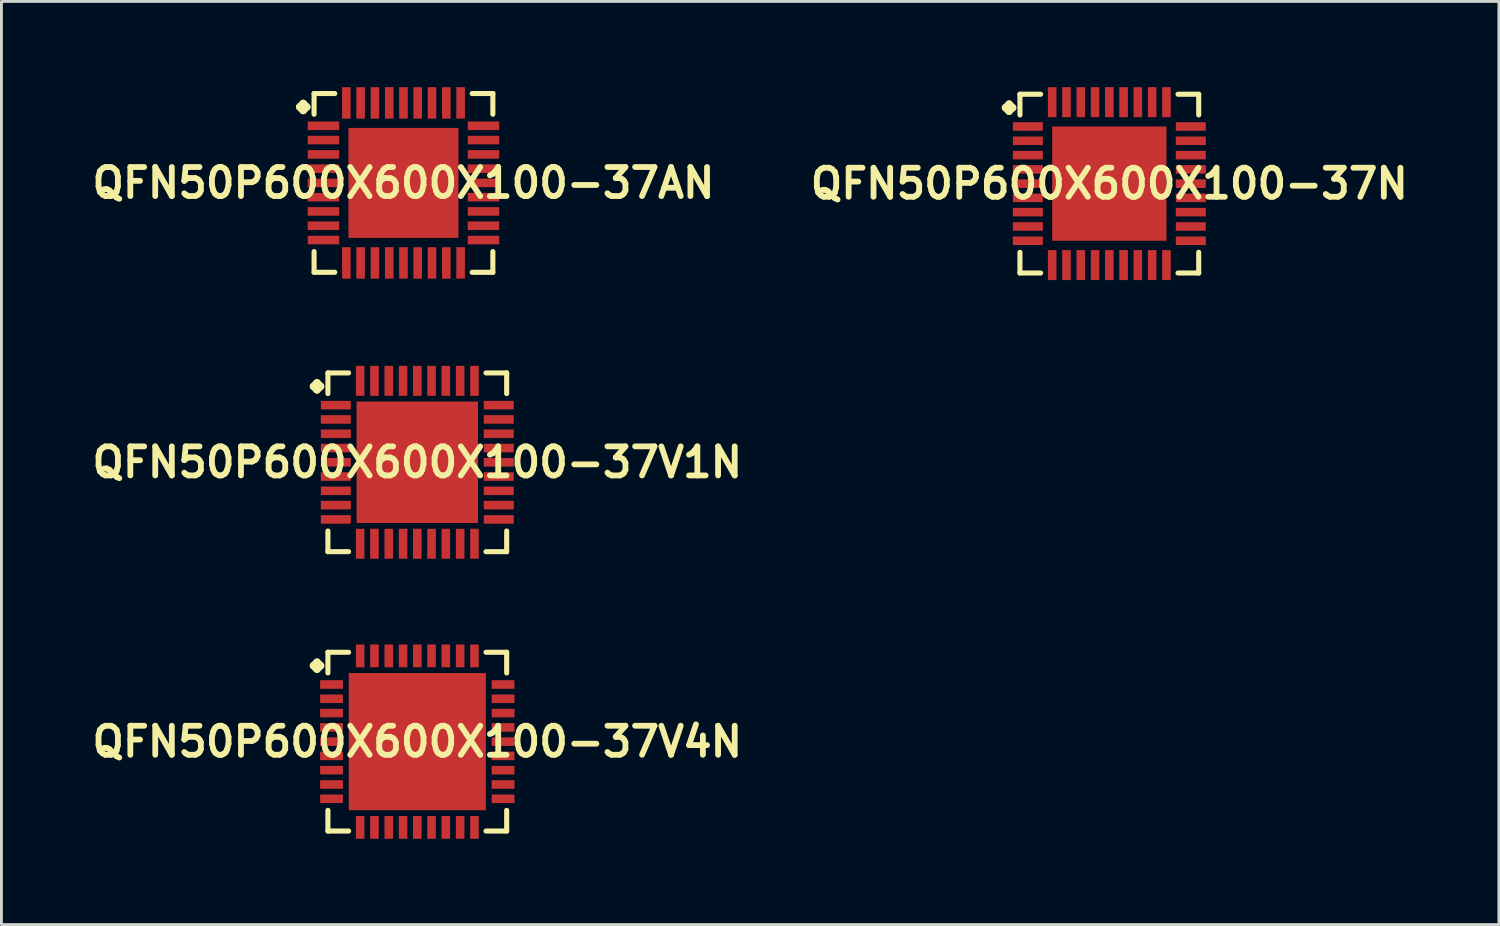
<source format=kicad_pcb>
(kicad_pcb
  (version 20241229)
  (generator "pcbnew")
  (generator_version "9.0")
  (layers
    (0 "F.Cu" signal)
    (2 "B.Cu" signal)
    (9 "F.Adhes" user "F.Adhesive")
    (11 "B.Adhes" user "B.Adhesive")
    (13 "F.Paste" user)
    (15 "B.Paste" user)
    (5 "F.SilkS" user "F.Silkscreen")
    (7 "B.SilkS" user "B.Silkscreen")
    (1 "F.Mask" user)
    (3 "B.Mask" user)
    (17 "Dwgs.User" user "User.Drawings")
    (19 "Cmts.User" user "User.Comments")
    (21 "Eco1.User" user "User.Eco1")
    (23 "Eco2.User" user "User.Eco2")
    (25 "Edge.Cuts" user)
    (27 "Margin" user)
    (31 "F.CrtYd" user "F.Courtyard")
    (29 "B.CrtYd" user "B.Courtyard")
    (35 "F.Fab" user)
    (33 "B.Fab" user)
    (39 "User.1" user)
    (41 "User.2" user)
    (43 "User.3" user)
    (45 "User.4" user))
  (footprint "QFN50P600X600X100-37V1N"
    (layer "F.Cu")
    (at 11.549 13.123)
    (property "Reference" "QFN50P600X600X100-37V1N" (at 0 0 0) (layer "F.SilkS") (effects (font (size 1.016 1.016) (thickness 0.203))))
    (attr smd)
    (fp_line (start -3.635 -2.657) (end -3.508 -2.784) (stroke (width 0.254) (type solid)) (layer "F.SilkS"))
    (fp_line (start -3.508 -2.784) (end -3.381 -2.657) (stroke (width 0.254) (type solid)) (layer "F.SilkS"))
    (fp_line (start -3.508 -2.53) (end -3.635 -2.657) (stroke (width 0.254) (type solid)) (layer "F.SilkS"))
    (fp_line (start -3.381 -2.657) (end -3.508 -2.53) (stroke (width 0.254) (type solid)) (layer "F.SilkS"))
    (fp_line (start -3.127 -3.127) (end -2.403 -3.127) (stroke (width 0.178) (type solid)) (layer "F.SilkS"))
    (fp_line (start -3.127 -2.403) (end -3.127 -3.127) (stroke (width 0.178) (type solid)) (layer "F.SilkS"))
    (fp_line (start -3.127 2.403) (end -3.127 3.127) (stroke (width 0.178) (type solid)) (layer "F.SilkS"))
    (fp_line (start -3.127 3.127) (end -2.403 3.127) (stroke (width 0.178) (type solid)) (layer "F.SilkS"))
    (fp_line (start 2.403 -3.127) (end 3.127 -3.127) (stroke (width 0.178) (type solid)) (layer "F.SilkS"))
    (fp_line (start 2.403 3.127) (end 3.127 3.127) (stroke (width 0.178) (type solid)) (layer "F.SilkS"))
    (fp_line (start 3.127 -3.127) (end 3.127 -2.403) (stroke (width 0.178) (type solid)) (layer "F.SilkS"))
    (fp_line (start 3.127 3.127) (end 3.127 2.403) (stroke (width 0.178) (type solid)) (layer "F.SilkS"))
    (pad "1" smd rect (at -2.85 -1.999) (size 1.049 0.3) (layers "F.Cu" "F.Mask" "F.Paste"))
    (pad "2" smd rect (at -2.85 -1.499) (size 1.049 0.3) (layers "F.Cu" "F.Mask" "F.Paste"))
    (pad "3" smd rect (at -2.85 -0.998) (size 1.049 0.3) (layers "F.Cu" "F.Mask" "F.Paste"))
    (pad "4" smd rect (at -2.85 -0.498) (size 1.049 0.3) (layers "F.Cu" "F.Mask" "F.Paste"))
    (pad "5" smd rect (at -2.85 0) (size 1.049 0.3) (layers "F.Cu" "F.Mask" "F.Paste"))
    (pad "6" smd rect (at -2.85 0.498) (size 1.049 0.3) (layers "F.Cu" "F.Mask" "F.Paste"))
    (pad "7" smd rect (at -2.85 0.998) (size 1.049 0.3) (layers "F.Cu" "F.Mask" "F.Paste"))
    (pad "8" smd rect (at -2.85 1.499) (size 1.049 0.3) (layers "F.Cu" "F.Mask" "F.Paste"))
    (pad "9" smd rect (at -2.85 1.999) (size 1.049 0.3) (layers "F.Cu" "F.Mask" "F.Paste"))
    (pad "10" smd rect (at -1.999 2.85) (size 0.3 1.049) (layers "F.Cu" "F.Mask" "F.Paste"))
    (pad "11" smd rect (at -1.499 2.85) (size 0.3 1.049) (layers "F.Cu" "F.Mask" "F.Paste"))
    (pad "12" smd rect (at -0.998 2.85) (size 0.3 1.049) (layers "F.Cu" "F.Mask" "F.Paste"))
    (pad "13" smd rect (at -0.498 2.85) (size 0.3 1.049) (layers "F.Cu" "F.Mask" "F.Paste"))
    (pad "14" smd rect (at 0 2.85) (size 0.3 1.049) (layers "F.Cu" "F.Mask" "F.Paste"))
    (pad "15" smd rect (at 0.498 2.85) (size 0.3 1.049) (layers "F.Cu" "F.Mask" "F.Paste"))
    (pad "16" smd rect (at 0.998 2.85) (size 0.3 1.049) (layers "F.Cu" "F.Mask" "F.Paste"))
    (pad "17" smd rect (at 1.499 2.85) (size 0.3 1.049) (layers "F.Cu" "F.Mask" "F.Paste"))
    (pad "18" smd rect (at 1.999 2.85) (size 0.3 1.049) (layers "F.Cu" "F.Mask" "F.Paste"))
    (pad "19" smd rect (at 2.85 1.999) (size 1.049 0.3) (layers "F.Cu" "F.Mask" "F.Paste"))
    (pad "20" smd rect (at 2.85 1.499) (size 1.049 0.3) (layers "F.Cu" "F.Mask" "F.Paste"))
    (pad "21" smd rect (at 2.85 0.998) (size 1.049 0.3) (layers "F.Cu" "F.Mask" "F.Paste"))
    (pad "22" smd rect (at 2.85 0.498) (size 1.049 0.3) (layers "F.Cu" "F.Mask" "F.Paste"))
    (pad "23" smd rect (at 2.85 0) (size 1.049 0.3) (layers "F.Cu" "F.Mask" "F.Paste"))
    (pad "24" smd rect (at 2.85 -0.498) (size 1.049 0.3) (layers "F.Cu" "F.Mask" "F.Paste"))
    (pad "25" smd rect (at 2.85 -0.998) (size 1.049 0.3) (layers "F.Cu" "F.Mask" "F.Paste"))
    (pad "26" smd rect (at 2.85 -1.499) (size 1.049 0.3) (layers "F.Cu" "F.Mask" "F.Paste"))
    (pad "27" smd rect (at 2.85 -1.999) (size 1.049 0.3) (layers "F.Cu" "F.Mask" "F.Paste"))
    (pad "28" smd rect (at 1.999 -2.85) (size 0.3 1.049) (layers "F.Cu" "F.Mask" "F.Paste"))
    (pad "29" smd rect (at 1.499 -2.85) (size 0.3 1.049) (layers "F.Cu" "F.Mask" "F.Paste"))
    (pad "30" smd rect (at 0.998 -2.85) (size 0.3 1.049) (layers "F.Cu" "F.Mask" "F.Paste"))
    (pad "31" smd rect (at 0.498 -2.85) (size 0.3 1.049) (layers "F.Cu" "F.Mask" "F.Paste"))
    (pad "32" smd rect (at 0 -2.85) (size 0.3 1.049) (layers "F.Cu" "F.Mask" "F.Paste"))
    (pad "33" smd rect (at -0.498 -2.85) (size 0.3 1.049) (layers "F.Cu" "F.Mask" "F.Paste"))
    (pad "34" smd rect (at -0.998 -2.85) (size 0.3 1.049) (layers "F.Cu" "F.Mask" "F.Paste"))
    (pad "35" smd rect (at -1.499 -2.85) (size 0.3 1.049) (layers "F.Cu" "F.Mask" "F.Paste"))
    (pad "36" smd rect (at -1.999 -2.85) (size 0.3 1.049) (layers "F.Cu" "F.Mask" "F.Paste"))
    (pad "37" smd rect (at 0 0) (size 4.249 4.249) (layers "F.Cu" "F.Mask" "F.Paste")))
  (footprint "QFN50P600X600X100-37AN"
    (layer "F.Cu")
    (at 11.065 3.349)
    (property "Reference" "QFN50P600X600X100-37AN" (at 0 0 0) (layer "F.SilkS") (effects (font (size 1.016 1.016) (thickness 0.203))))
    (attr smd)
    (fp_line (start -3.635 -2.657) (end -3.508 -2.784) (stroke (width 0.254) (type solid)) (layer "F.SilkS"))
    (fp_line (start -3.508 -2.784) (end -3.381 -2.657) (stroke (width 0.254) (type solid)) (layer "F.SilkS"))
    (fp_line (start -3.508 -2.53) (end -3.635 -2.657) (stroke (width 0.254) (type solid)) (layer "F.SilkS"))
    (fp_line (start -3.381 -2.657) (end -3.508 -2.53) (stroke (width 0.254) (type solid)) (layer "F.SilkS"))
    (fp_line (start -3.127 -3.127) (end -2.403 -3.127) (stroke (width 0.178) (type solid)) (layer "F.SilkS"))
    (fp_line (start -3.127 -2.403) (end -3.127 -3.127) (stroke (width 0.178) (type solid)) (layer "F.SilkS"))
    (fp_line (start -3.127 2.403) (end -3.127 3.127) (stroke (width 0.178) (type solid)) (layer "F.SilkS"))
    (fp_line (start -3.127 3.127) (end -2.403 3.127) (stroke (width 0.178) (type solid)) (layer "F.SilkS"))
    (fp_line (start 2.403 -3.127) (end 3.127 -3.127) (stroke (width 0.178) (type solid)) (layer "F.SilkS"))
    (fp_line (start 2.403 3.127) (end 3.127 3.127) (stroke (width 0.178) (type solid)) (layer "F.SilkS"))
    (fp_line (start 3.127 -3.127) (end 3.127 -2.403) (stroke (width 0.178) (type solid)) (layer "F.SilkS"))
    (fp_line (start 3.127 3.127) (end 3.127 2.403) (stroke (width 0.178) (type solid)) (layer "F.SilkS"))
    (pad "1" smd rect (at -2.799 -1.999) (size 1.1 0.3) (layers "F.Cu" "F.Mask" "F.Paste"))
    (pad "2" smd rect (at -2.799 -1.499) (size 1.1 0.3) (layers "F.Cu" "F.Mask" "F.Paste"))
    (pad "3" smd rect (at -2.799 -0.998) (size 1.1 0.3) (layers "F.Cu" "F.Mask" "F.Paste"))
    (pad "4" smd rect (at -2.799 -0.498) (size 1.1 0.3) (layers "F.Cu" "F.Mask" "F.Paste"))
    (pad "5" smd rect (at -2.799 0) (size 1.1 0.3) (layers "F.Cu" "F.Mask" "F.Paste"))
    (pad "6" smd rect (at -2.799 0.498) (size 1.1 0.3) (layers "F.Cu" "F.Mask" "F.Paste"))
    (pad "7" smd rect (at -2.799 0.998) (size 1.1 0.3) (layers "F.Cu" "F.Mask" "F.Paste"))
    (pad "8" smd rect (at -2.799 1.499) (size 1.1 0.3) (layers "F.Cu" "F.Mask" "F.Paste"))
    (pad "9" smd rect (at -2.799 1.999) (size 1.1 0.3) (layers "F.Cu" "F.Mask" "F.Paste"))
    (pad "10" smd rect (at -1.999 2.799) (size 0.3 1.1) (layers "F.Cu" "F.Mask" "F.Paste"))
    (pad "11" smd rect (at -1.499 2.799) (size 0.3 1.1) (layers "F.Cu" "F.Mask" "F.Paste"))
    (pad "12" smd rect (at -0.998 2.799) (size 0.3 1.1) (layers "F.Cu" "F.Mask" "F.Paste"))
    (pad "13" smd rect (at -0.498 2.799) (size 0.3 1.1) (layers "F.Cu" "F.Mask" "F.Paste"))
    (pad "14" smd rect (at 0 2.799) (size 0.3 1.1) (layers "F.Cu" "F.Mask" "F.Paste"))
    (pad "15" smd rect (at 0.498 2.799) (size 0.3 1.1) (layers "F.Cu" "F.Mask" "F.Paste"))
    (pad "16" smd rect (at 0.998 2.799) (size 0.3 1.1) (layers "F.Cu" "F.Mask" "F.Paste"))
    (pad "17" smd rect (at 1.499 2.799) (size 0.3 1.1) (layers "F.Cu" "F.Mask" "F.Paste"))
    (pad "18" smd rect (at 1.999 2.799) (size 0.3 1.1) (layers "F.Cu" "F.Mask" "F.Paste"))
    (pad "19" smd rect (at 2.799 1.999) (size 1.1 0.3) (layers "F.Cu" "F.Mask" "F.Paste"))
    (pad "20" smd rect (at 2.799 1.499) (size 1.1 0.3) (layers "F.Cu" "F.Mask" "F.Paste"))
    (pad "21" smd rect (at 2.799 0.998) (size 1.1 0.3) (layers "F.Cu" "F.Mask" "F.Paste"))
    (pad "22" smd rect (at 2.799 0.498) (size 1.1 0.3) (layers "F.Cu" "F.Mask" "F.Paste"))
    (pad "23" smd rect (at 2.799 0) (size 1.1 0.3) (layers "F.Cu" "F.Mask" "F.Paste"))
    (pad "24" smd rect (at 2.799 -0.498) (size 1.1 0.3) (layers "F.Cu" "F.Mask" "F.Paste"))
    (pad "25" smd rect (at 2.799 -0.998) (size 1.1 0.3) (layers "F.Cu" "F.Mask" "F.Paste"))
    (pad "26" smd rect (at 2.799 -1.499) (size 1.1 0.3) (layers "F.Cu" "F.Mask" "F.Paste"))
    (pad "27" smd rect (at 2.799 -1.999) (size 1.1 0.3) (layers "F.Cu" "F.Mask" "F.Paste"))
    (pad "28" smd rect (at 1.999 -2.799) (size 0.3 1.1) (layers "F.Cu" "F.Mask" "F.Paste"))
    (pad "29" smd rect (at 1.499 -2.799) (size 0.3 1.1) (layers "F.Cu" "F.Mask" "F.Paste"))
    (pad "30" smd rect (at 0.998 -2.799) (size 0.3 1.1) (layers "F.Cu" "F.Mask" "F.Paste"))
    (pad "31" smd rect (at 0.498 -2.799) (size 0.3 1.1) (layers "F.Cu" "F.Mask" "F.Paste"))
    (pad "32" smd rect (at 0 -2.799) (size 0.3 1.1) (layers "F.Cu" "F.Mask" "F.Paste"))
    (pad "33" smd rect (at -0.498 -2.799) (size 0.3 1.1) (layers "F.Cu" "F.Mask" "F.Paste"))
    (pad "34" smd rect (at -0.998 -2.799) (size 0.3 1.1) (layers "F.Cu" "F.Mask" "F.Paste"))
    (pad "35" smd rect (at -1.499 -2.799) (size 0.3 1.1) (layers "F.Cu" "F.Mask" "F.Paste"))
    (pad "36" smd rect (at -1.999 -2.799) (size 0.3 1.1) (layers "F.Cu" "F.Mask" "F.Paste"))
    (pad "37" smd rect (at 0 0) (size 3.848 3.848) (layers "F.Cu" "F.Mask" "F.Paste")))
  (footprint "QFN50P600X600X100-37N"
    (layer "F.Cu")
    (at 35.759 3.374)
    (property "Reference" "QFN50P600X600X100-37N" (at 0 0 0) (layer "F.SilkS") (effects (font (size 1.016 1.016) (thickness 0.203))))
    (attr smd)
    (fp_line (start -3.635 -2.657) (end -3.508 -2.784) (stroke (width 0.254) (type solid)) (layer "F.SilkS"))
    (fp_line (start -3.508 -2.784) (end -3.381 -2.657) (stroke (width 0.254) (type solid)) (layer "F.SilkS"))
    (fp_line (start -3.508 -2.53) (end -3.635 -2.657) (stroke (width 0.254) (type solid)) (layer "F.SilkS"))
    (fp_line (start -3.381 -2.657) (end -3.508 -2.53) (stroke (width 0.254) (type solid)) (layer "F.SilkS"))
    (fp_line (start -3.127 -3.127) (end -2.403 -3.127) (stroke (width 0.178) (type solid)) (layer "F.SilkS"))
    (fp_line (start -3.127 -2.403) (end -3.127 -3.127) (stroke (width 0.178) (type solid)) (layer "F.SilkS"))
    (fp_line (start -3.127 2.403) (end -3.127 3.127) (stroke (width 0.178) (type solid)) (layer "F.SilkS"))
    (fp_line (start -3.127 3.127) (end -2.403 3.127) (stroke (width 0.178) (type solid)) (layer "F.SilkS"))
    (fp_line (start 2.403 -3.127) (end 3.127 -3.127) (stroke (width 0.178) (type solid)) (layer "F.SilkS"))
    (fp_line (start 2.403 3.127) (end 3.127 3.127) (stroke (width 0.178) (type solid)) (layer "F.SilkS"))
    (fp_line (start 3.127 -3.127) (end 3.127 -2.403) (stroke (width 0.178) (type solid)) (layer "F.SilkS"))
    (fp_line (start 3.127 3.127) (end 3.127 2.403) (stroke (width 0.178) (type solid)) (layer "F.SilkS"))
    (pad "1" smd rect (at -2.85 -1.999) (size 1.049 0.3) (layers "F.Cu" "F.Mask" "F.Paste"))
    (pad "2" smd rect (at -2.85 -1.499) (size 1.049 0.3) (layers "F.Cu" "F.Mask" "F.Paste"))
    (pad "3" smd rect (at -2.85 -0.998) (size 1.049 0.3) (layers "F.Cu" "F.Mask" "F.Paste"))
    (pad "4" smd rect (at -2.85 -0.498) (size 1.049 0.3) (layers "F.Cu" "F.Mask" "F.Paste"))
    (pad "5" smd rect (at -2.85 0) (size 1.049 0.3) (layers "F.Cu" "F.Mask" "F.Paste"))
    (pad "6" smd rect (at -2.85 0.498) (size 1.049 0.3) (layers "F.Cu" "F.Mask" "F.Paste"))
    (pad "7" smd rect (at -2.85 0.998) (size 1.049 0.3) (layers "F.Cu" "F.Mask" "F.Paste"))
    (pad "8" smd rect (at -2.85 1.499) (size 1.049 0.3) (layers "F.Cu" "F.Mask" "F.Paste"))
    (pad "9" smd rect (at -2.85 1.999) (size 1.049 0.3) (layers "F.Cu" "F.Mask" "F.Paste"))
    (pad "10" smd rect (at -1.999 2.85) (size 0.3 1.049) (layers "F.Cu" "F.Mask" "F.Paste"))
    (pad "11" smd rect (at -1.499 2.85) (size 0.3 1.049) (layers "F.Cu" "F.Mask" "F.Paste"))
    (pad "12" smd rect (at -0.998 2.85) (size 0.3 1.049) (layers "F.Cu" "F.Mask" "F.Paste"))
    (pad "13" smd rect (at -0.498 2.85) (size 0.3 1.049) (layers "F.Cu" "F.Mask" "F.Paste"))
    (pad "14" smd rect (at 0 2.85) (size 0.3 1.049) (layers "F.Cu" "F.Mask" "F.Paste"))
    (pad "15" smd rect (at 0.498 2.85) (size 0.3 1.049) (layers "F.Cu" "F.Mask" "F.Paste"))
    (pad "16" smd rect (at 0.998 2.85) (size 0.3 1.049) (layers "F.Cu" "F.Mask" "F.Paste"))
    (pad "17" smd rect (at 1.499 2.85) (size 0.3 1.049) (layers "F.Cu" "F.Mask" "F.Paste"))
    (pad "18" smd rect (at 1.999 2.85) (size 0.3 1.049) (layers "F.Cu" "F.Mask" "F.Paste"))
    (pad "19" smd rect (at 2.85 1.999) (size 1.049 0.3) (layers "F.Cu" "F.Mask" "F.Paste"))
    (pad "20" smd rect (at 2.85 1.499) (size 1.049 0.3) (layers "F.Cu" "F.Mask" "F.Paste"))
    (pad "21" smd rect (at 2.85 0.998) (size 1.049 0.3) (layers "F.Cu" "F.Mask" "F.Paste"))
    (pad "22" smd rect (at 2.85 0.498) (size 1.049 0.3) (layers "F.Cu" "F.Mask" "F.Paste"))
    (pad "23" smd rect (at 2.85 0) (size 1.049 0.3) (layers "F.Cu" "F.Mask" "F.Paste"))
    (pad "24" smd rect (at 2.85 -0.498) (size 1.049 0.3) (layers "F.Cu" "F.Mask" "F.Paste"))
    (pad "25" smd rect (at 2.85 -0.998) (size 1.049 0.3) (layers "F.Cu" "F.Mask" "F.Paste"))
    (pad "26" smd rect (at 2.85 -1.499) (size 1.049 0.3) (layers "F.Cu" "F.Mask" "F.Paste"))
    (pad "27" smd rect (at 2.85 -1.999) (size 1.049 0.3) (layers "F.Cu" "F.Mask" "F.Paste"))
    (pad "28" smd rect (at 1.999 -2.85) (size 0.3 1.049) (layers "F.Cu" "F.Mask" "F.Paste"))
    (pad "29" smd rect (at 1.499 -2.85) (size 0.3 1.049) (layers "F.Cu" "F.Mask" "F.Paste"))
    (pad "30" smd rect (at 0.998 -2.85) (size 0.3 1.049) (layers "F.Cu" "F.Mask" "F.Paste"))
    (pad "31" smd rect (at 0.498 -2.85) (size 0.3 1.049) (layers "F.Cu" "F.Mask" "F.Paste"))
    (pad "32" smd rect (at 0 -2.85) (size 0.3 1.049) (layers "F.Cu" "F.Mask" "F.Paste"))
    (pad "33" smd rect (at -0.498 -2.85) (size 0.3 1.049) (layers "F.Cu" "F.Mask" "F.Paste"))
    (pad "34" smd rect (at -0.998 -2.85) (size 0.3 1.049) (layers "F.Cu" "F.Mask" "F.Paste"))
    (pad "35" smd rect (at -1.499 -2.85) (size 0.3 1.049) (layers "F.Cu" "F.Mask" "F.Paste"))
    (pad "36" smd rect (at -1.999 -2.85) (size 0.3 1.049) (layers "F.Cu" "F.Mask" "F.Paste"))
    (pad "37" smd rect (at 0 0) (size 3.998 3.998) (layers "F.Cu" "F.Mask" "F.Paste")))
  (footprint "QFN50P600X600X100-37V4N"
    (layer "F.Cu")
    (at 11.549 22.896)
    (property "Reference" "QFN50P600X600X100-37V4N" (at 0 0 0) (layer "F.SilkS") (effects (font (size 1.016 1.016) (thickness 0.203))))
    (attr smd)
    (fp_line (start -3.635 -2.657) (end -3.508 -2.784) (stroke (width 0.254) (type solid)) (layer "F.SilkS"))
    (fp_line (start -3.508 -2.784) (end -3.381 -2.657) (stroke (width 0.254) (type solid)) (layer "F.SilkS"))
    (fp_line (start -3.508 -2.53) (end -3.635 -2.657) (stroke (width 0.254) (type solid)) (layer "F.SilkS"))
    (fp_line (start -3.381 -2.657) (end -3.508 -2.53) (stroke (width 0.254) (type solid)) (layer "F.SilkS"))
    (fp_line (start -3.127 -3.127) (end -2.403 -3.127) (stroke (width 0.178) (type solid)) (layer "F.SilkS"))
    (fp_line (start -3.127 -2.403) (end -3.127 -3.127) (stroke (width 0.178) (type solid)) (layer "F.SilkS"))
    (fp_line (start -3.127 2.403) (end -3.127 3.127) (stroke (width 0.178) (type solid)) (layer "F.SilkS"))
    (fp_line (start -3.127 3.127) (end -2.403 3.127) (stroke (width 0.178) (type solid)) (layer "F.SilkS"))
    (fp_line (start 2.403 -3.127) (end 3.127 -3.127) (stroke (width 0.178) (type solid)) (layer "F.SilkS"))
    (fp_line (start 2.403 3.127) (end 3.127 3.127) (stroke (width 0.178) (type solid)) (layer "F.SilkS"))
    (fp_line (start 3.127 -3.127) (end 3.127 -2.403) (stroke (width 0.178) (type solid)) (layer "F.SilkS"))
    (fp_line (start 3.127 3.127) (end 3.127 2.403) (stroke (width 0.178) (type solid)) (layer "F.SilkS"))
    (pad "1" smd rect (at -3 -1.999) (size 0.798 0.3) (layers "F.Cu" "F.Mask" "F.Paste"))
    (pad "2" smd rect (at -3 -1.499) (size 0.798 0.3) (layers "F.Cu" "F.Mask" "F.Paste"))
    (pad "3" smd rect (at -3 -0.998) (size 0.798 0.3) (layers "F.Cu" "F.Mask" "F.Paste"))
    (pad "4" smd rect (at -3 -0.498) (size 0.798 0.3) (layers "F.Cu" "F.Mask" "F.Paste"))
    (pad "5" smd rect (at -3 0) (size 0.798 0.3) (layers "F.Cu" "F.Mask" "F.Paste"))
    (pad "6" smd rect (at -3 0.498) (size 0.798 0.3) (layers "F.Cu" "F.Mask" "F.Paste"))
    (pad "7" smd rect (at -3 0.998) (size 0.798 0.3) (layers "F.Cu" "F.Mask" "F.Paste"))
    (pad "8" smd rect (at -3 1.499) (size 0.798 0.3) (layers "F.Cu" "F.Mask" "F.Paste"))
    (pad "9" smd rect (at -3 1.999) (size 0.798 0.3) (layers "F.Cu" "F.Mask" "F.Paste"))
    (pad "10" smd rect (at -1.999 3) (size 0.3 0.798) (layers "F.Cu" "F.Mask" "F.Paste"))
    (pad "11" smd rect (at -1.499 3) (size 0.3 0.798) (layers "F.Cu" "F.Mask" "F.Paste"))
    (pad "12" smd rect (at -0.998 3) (size 0.3 0.798) (layers "F.Cu" "F.Mask" "F.Paste"))
    (pad "13" smd rect (at -0.498 3) (size 0.3 0.798) (layers "F.Cu" "F.Mask" "F.Paste"))
    (pad "14" smd rect (at 0 3) (size 0.3 0.798) (layers "F.Cu" "F.Mask" "F.Paste"))
    (pad "15" smd rect (at 0.498 3) (size 0.3 0.798) (layers "F.Cu" "F.Mask" "F.Paste"))
    (pad "16" smd rect (at 0.998 3) (size 0.3 0.798) (layers "F.Cu" "F.Mask" "F.Paste"))
    (pad "17" smd rect (at 1.499 3) (size 0.3 0.798) (layers "F.Cu" "F.Mask" "F.Paste"))
    (pad "18" smd rect (at 1.999 3) (size 0.3 0.798) (layers "F.Cu" "F.Mask" "F.Paste"))
    (pad "19" smd rect (at 3 1.999) (size 0.798 0.3) (layers "F.Cu" "F.Mask" "F.Paste"))
    (pad "20" smd rect (at 3 1.499) (size 0.798 0.3) (layers "F.Cu" "F.Mask" "F.Paste"))
    (pad "21" smd rect (at 3 0.998) (size 0.798 0.3) (layers "F.Cu" "F.Mask" "F.Paste"))
    (pad "22" smd rect (at 3 0.498) (size 0.798 0.3) (layers "F.Cu" "F.Mask" "F.Paste"))
    (pad "23" smd rect (at 3 0) (size 0.798 0.3) (layers "F.Cu" "F.Mask" "F.Paste"))
    (pad "24" smd rect (at 3 -0.498) (size 0.798 0.3) (layers "F.Cu" "F.Mask" "F.Paste"))
    (pad "25" smd rect (at 3 -0.998) (size 0.798 0.3) (layers "F.Cu" "F.Mask" "F.Paste"))
    (pad "26" smd rect (at 3 -1.499) (size 0.798 0.3) (layers "F.Cu" "F.Mask" "F.Paste"))
    (pad "27" smd rect (at 3 -1.999) (size 0.798 0.3) (layers "F.Cu" "F.Mask" "F.Paste"))
    (pad "28" smd rect (at 1.999 -3) (size 0.3 0.798) (layers "F.Cu" "F.Mask" "F.Paste"))
    (pad "29" smd rect (at 1.499 -3) (size 0.3 0.798) (layers "F.Cu" "F.Mask" "F.Paste"))
    (pad "30" smd rect (at 0.998 -3) (size 0.3 0.798) (layers "F.Cu" "F.Mask" "F.Paste"))
    (pad "31" smd rect (at 0.498 -3) (size 0.3 0.798) (layers "F.Cu" "F.Mask" "F.Paste"))
    (pad "32" smd rect (at 0 -3) (size 0.3 0.798) (layers "F.Cu" "F.Mask" "F.Paste"))
    (pad "33" smd rect (at -0.498 -3) (size 0.3 0.798) (layers "F.Cu" "F.Mask" "F.Paste"))
    (pad "34" smd rect (at -0.998 -3) (size 0.3 0.798) (layers "F.Cu" "F.Mask" "F.Paste"))
    (pad "35" smd rect (at -1.499 -3) (size 0.3 0.798) (layers "F.Cu" "F.Mask" "F.Paste"))
    (pad "36" smd rect (at -1.999 -3) (size 0.3 0.798) (layers "F.Cu" "F.Mask" "F.Paste"))
    (pad "37" smd rect (at 0 0) (size 4.798 4.798) (layers "F.Cu" "F.Mask" "F.Paste")))
  (gr_rect
    (start -3 -3)
    (end 49.388 29.295)
    (stroke (width 0.1) (type default))
    (fill no)
    (layer "Edge.Cuts")))
</source>
